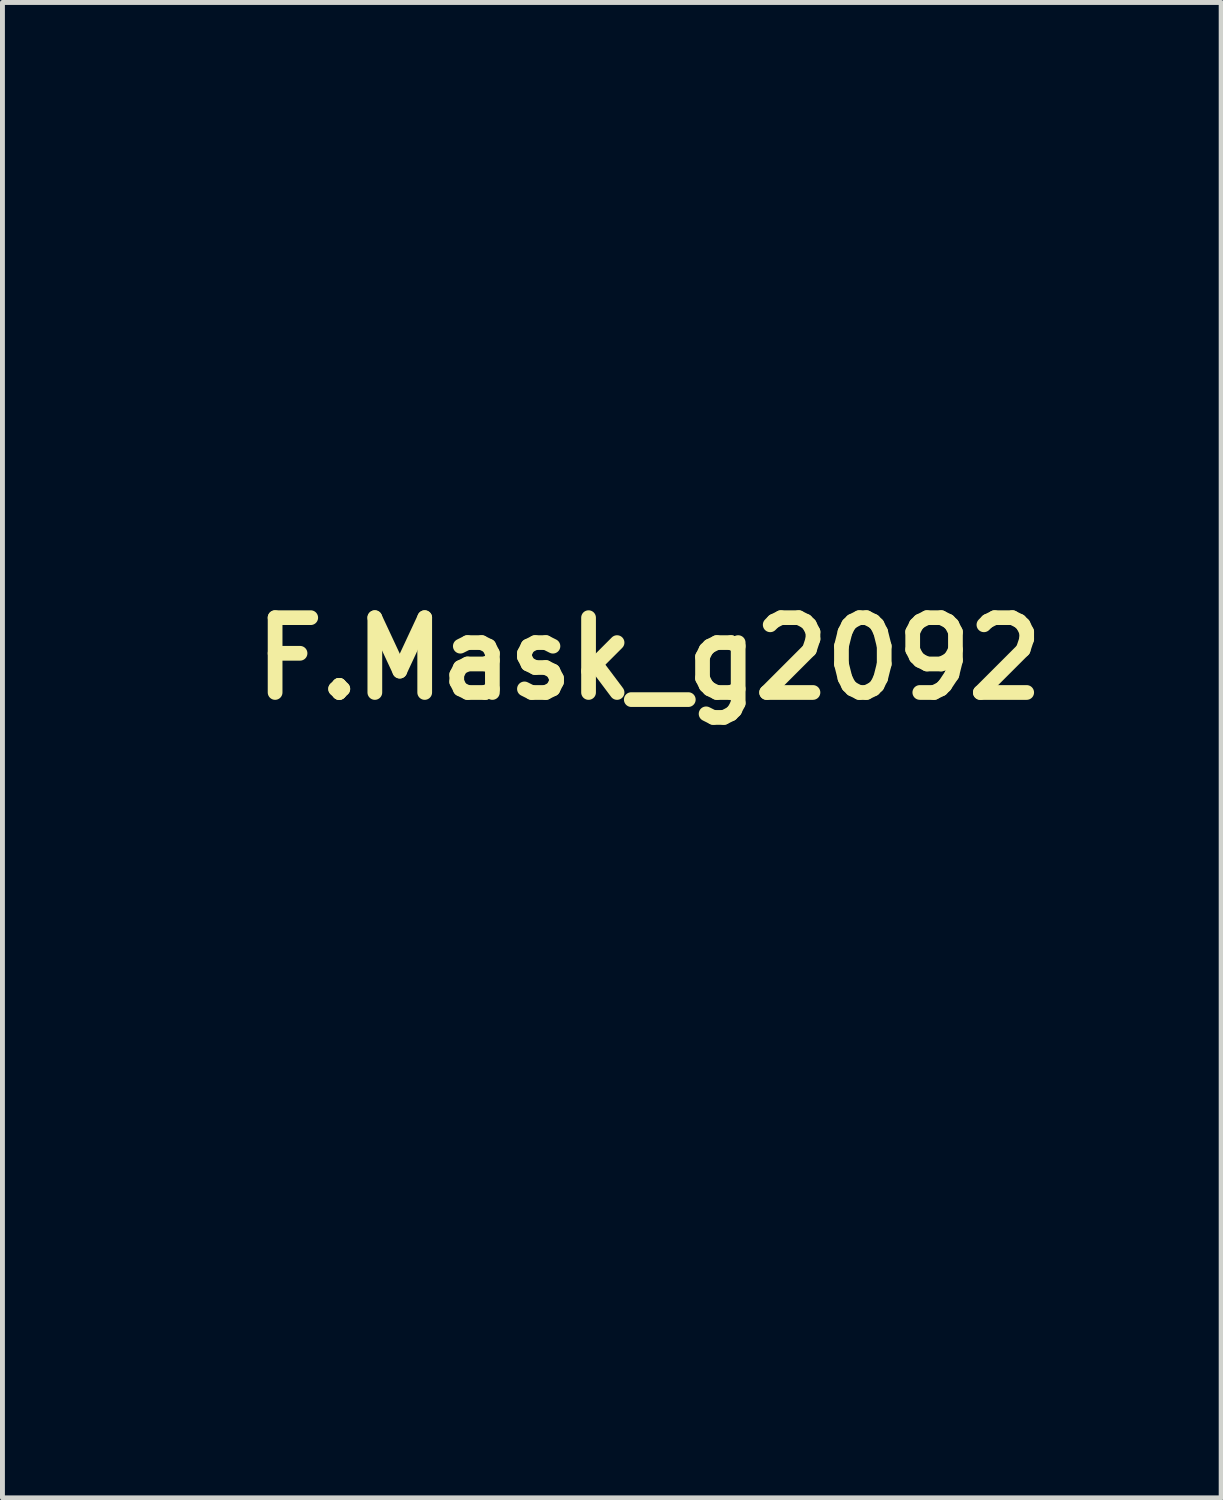
<source format=kicad_pcb>
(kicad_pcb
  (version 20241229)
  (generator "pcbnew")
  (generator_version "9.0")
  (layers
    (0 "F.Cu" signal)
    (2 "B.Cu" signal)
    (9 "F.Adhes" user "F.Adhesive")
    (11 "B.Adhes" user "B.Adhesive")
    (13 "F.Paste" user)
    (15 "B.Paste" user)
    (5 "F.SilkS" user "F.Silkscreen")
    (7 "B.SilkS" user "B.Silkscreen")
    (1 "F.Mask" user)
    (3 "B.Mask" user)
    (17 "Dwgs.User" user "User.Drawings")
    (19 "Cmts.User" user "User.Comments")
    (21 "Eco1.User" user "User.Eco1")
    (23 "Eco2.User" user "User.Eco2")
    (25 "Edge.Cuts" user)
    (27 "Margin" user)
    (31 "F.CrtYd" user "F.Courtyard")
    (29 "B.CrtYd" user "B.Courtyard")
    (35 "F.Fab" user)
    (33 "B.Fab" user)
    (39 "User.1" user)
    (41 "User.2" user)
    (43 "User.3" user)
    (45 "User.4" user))
  (footprint "F.Mask_g2092"
    (layer "F.Cu")
    (at 10.175 10.369)
    (property "Reference" "F.Mask_g2092" (at 0 0 0) (layer "F.SilkS") (effects (font (size 1.524 1.524) (thickness 0.3))))
    (attr through_hole)
    (fp_poly (pts (xy -0.618 -10.362) (xy -0.523 -10.354) (xy -0.418 -10.338) (xy -0.36 -10.329) (xy -0.272 -10.314) (xy -0.187 -10.303) (xy -0.097 -10.294) (xy 0.005 -10.288) (xy 0.126 -10.283) (xy 0.272 -10.279) (xy 0.451 -10.277) (xy 0.515 -10.276) (xy 0.692 -10.274) (xy 0.831 -10.272) (xy 0.938 -10.27) (xy 1.018 -10.267) (xy 1.074 -10.262) (xy 1.114 -10.256) (xy 1.14 -10.248) (xy 1.158 -10.238) (xy 1.174 -10.224) (xy 1.174 -10.224) (xy 1.224 -10.16) (xy 1.274 -10.06) (xy 1.327 -9.922) (xy 1.383 -9.745) (xy 1.408 -9.652) (xy 1.479 -9.406) (xy 1.552 -9.191) (xy 1.632 -8.993) (xy 1.724 -8.8) (xy 1.834 -8.602) (xy 1.968 -8.384) (xy 1.968 -8.384) (xy 2.037 -8.275) (xy 2.111 -8.156) (xy 2.178 -8.045) (xy 2.22 -7.975) (xy 2.29 -7.866) (xy 2.366 -7.771) (xy 2.459 -7.676) (xy 2.513 -7.627) (xy 2.607 -7.541) (xy 2.709 -7.446) (xy 2.803 -7.357) (xy 2.849 -7.313) (xy 2.999 -7.164) (xy 3.014 -6.953) (xy 3.028 -6.743) (xy 3.04 -6.571) (xy 3.051 -6.434) (xy 3.061 -6.326) (xy 3.07 -6.244) (xy 3.079 -6.183) (xy 3.088 -6.14) (xy 3.098 -6.111) (xy 3.109 -6.091) (xy 3.117 -6.082) (xy 3.165 -6.044) (xy 3.235 -6.017) (xy 3.33 -6.001) (xy 3.457 -5.994) (xy 3.619 -5.996) (xy 3.689 -5.998) (xy 4.005 -6.013) (xy 4.093 -5.922) (xy 4.183 -5.827) (xy 4.247 -5.757) (xy 4.285 -5.707) (xy 4.302 -5.675) (xy 4.301 -5.655) (xy 4.294 -5.648) (xy 4.256 -5.638) (xy 4.185 -5.633) (xy 4.089 -5.633) (xy 3.977 -5.636) (xy 3.857 -5.644) (xy 3.739 -5.654) (xy 3.631 -5.667) (xy 3.542 -5.683) (xy 3.51 -5.69) (xy 3.339 -5.742) (xy 3.173 -5.805) (xy 3.011 -5.882) (xy 2.849 -5.975) (xy 2.684 -6.085) (xy 2.513 -6.217) (xy 2.334 -6.371) (xy 2.143 -6.55) (xy 1.938 -6.757) (xy 1.715 -6.993) (xy 1.472 -7.261) (xy 1.398 -7.345) (xy 1.212 -7.554) (xy 1.05 -7.733) (xy 0.908 -7.887) (xy 0.784 -8.017) (xy 0.673 -8.127) (xy 0.573 -8.22) (xy 0.48 -8.299) (xy 0.39 -8.367) (xy 0.301 -8.427) (xy 0.208 -8.483) (xy 0.109 -8.537) (xy 0.081 -8.551) (xy -0.21 -8.684) (xy -0.502 -8.779) (xy -0.801 -8.839) (xy -1.116 -8.864) (xy -1.331 -8.863) (xy -1.612 -8.843) (xy -1.868 -8.799) (xy -2.11 -8.73) (xy -2.35 -8.632) (xy -2.382 -8.617) (xy -2.547 -8.533) (xy -2.696 -8.445) (xy -2.835 -8.347) (xy -2.968 -8.235) (xy -3.102 -8.105) (xy -3.24 -7.952) (xy -3.389 -7.77) (xy -3.545 -7.567) (xy -3.852 -7.144) (xy -4.125 -6.74) (xy -4.367 -6.352) (xy -4.578 -5.974) (xy -4.761 -5.605) (xy -4.917 -5.24) (xy -5.049 -4.876) (xy -5.158 -4.508) (xy -5.237 -4.172) (xy -5.258 -4.072) (xy -5.275 -3.986) (xy -5.287 -3.924) (xy -5.292 -3.894) (xy -5.292 -3.893) (xy -5.276 -3.896) (xy -5.235 -3.921) (xy -5.175 -3.964) (xy -5.128 -4.001) (xy -4.829 -4.228) (xy -4.538 -4.434) (xy -4.26 -4.613) (xy -3.999 -4.765) (xy -3.818 -4.858) (xy -3.721 -4.902) (xy -3.612 -4.947) (xy -3.499 -4.992) (xy -3.391 -5.032) (xy -3.294 -5.064) (xy -3.217 -5.087) (xy -3.168 -5.097) (xy -3.158 -5.097) (xy -3.153 -5.078) (xy -3.174 -5.035) (xy -3.217 -4.97) (xy -3.278 -4.89) (xy -3.353 -4.8) (xy -3.439 -4.703) (xy -3.491 -4.649) (xy -3.555 -4.585) (xy -3.645 -4.501) (xy -3.753 -4.404) (xy -3.871 -4.3) (xy -3.992 -4.196) (xy -4.032 -4.162) (xy -4.374 -3.866) (xy -4.68 -3.583) (xy -4.948 -3.313) (xy -5.179 -3.059) (xy -5.373 -2.819) (xy -5.528 -2.594) (xy -5.63 -2.414) (xy -5.664 -2.339) (xy -5.705 -2.241) (xy -5.745 -2.137) (xy -5.756 -2.106) (xy -5.81 -1.915) (xy -5.827 -1.739) (xy -5.806 -1.572) (xy -5.747 -1.407) (xy -5.649 -1.237) (xy -5.632 -1.213) (xy -5.579 -1.141) (xy -5.522 -1.073) (xy -5.459 -1.005) (xy -5.384 -0.935) (xy -5.294 -0.859) (xy -5.185 -0.774) (xy -5.053 -0.677) (xy -4.895 -0.564) (xy -4.705 -0.432) (xy -4.647 -0.392) (xy -4.317 -0.16) (xy -4.02 0.056) (xy -3.754 0.261) (xy -3.515 0.457) (xy -3.3 0.647) (xy -3.104 0.835) (xy -2.924 1.023) (xy -2.757 1.216) (xy -2.636 1.365) (xy -2.51 1.527) (xy -2.406 1.66) (xy -2.318 1.77) (xy -2.242 1.862) (xy -2.175 1.942) (xy -2.111 2.015) (xy -2.045 2.086) (xy -1.975 2.16) (xy -1.894 2.244) (xy -1.894 2.244) (xy -1.787 2.356) (xy -1.672 2.483) (xy -1.559 2.613) (xy -1.46 2.73) (xy -1.431 2.767) (xy -1.291 2.939) (xy -1.17 3.077) (xy -1.063 3.184) (xy -0.967 3.262) (xy -0.88 3.314) (xy -0.798 3.344) (xy -0.72 3.352) (xy -0.662 3.348) (xy -0.606 3.333) (xy -0.546 3.304) (xy -0.478 3.259) (xy -0.398 3.192) (xy -0.301 3.103) (xy -0.184 2.986) (xy -0.106 2.907) (xy 0.011 2.786) (xy 0.12 2.671) (xy 0.225 2.557) (xy 0.329 2.438) (xy 0.439 2.31) (xy 0.557 2.167) (xy 0.688 2.005) (xy 0.836 1.818) (xy 0.985 1.63) (xy 1.139 1.433) (xy 1.271 1.266) (xy 1.383 1.124) (xy 1.48 1.003) (xy 1.564 0.899) (xy 1.639 0.808) (xy 1.708 0.726) (xy 1.774 0.648) (xy 1.842 0.571) (xy 1.911 0.493) (xy 2.037 0.355) (xy 2.151 0.237) (xy 2.261 0.136) (xy 2.371 0.047) (xy 2.487 -0.034) (xy 2.617 -0.111) (xy 2.765 -0.187) (xy 2.939 -0.267) (xy 3.143 -0.354) (xy 3.26 -0.403) (xy 3.45 -0.482) (xy 3.606 -0.55) (xy 3.733 -0.609) (xy 3.837 -0.661) (xy 3.924 -0.71) (xy 3.962 -0.733) (xy 4.042 -0.783) (xy 4.067 -0.736) (xy 4.081 -0.691) (xy 4.094 -0.619) (xy 4.101 -0.54) (xy 4.101 -0.431) (xy 4.084 -0.329) (xy 4.048 -0.231) (xy 3.991 -0.133) (xy 3.908 -0.03) (xy 3.797 0.08) (xy 3.656 0.203) (xy 3.482 0.34) (xy 3.418 0.388) (xy 3.26 0.509) (xy 3.132 0.611) (xy 3.026 0.699) (xy 2.938 0.78) (xy 2.862 0.857) (xy 2.792 0.938) (xy 2.73 1.016) (xy 2.657 1.108) (xy 2.584 1.191) (xy 2.507 1.27) (xy 2.422 1.348) (xy 2.322 1.429) (xy 2.205 1.517) (xy 2.065 1.616) (xy 1.897 1.729) (xy 1.718 1.847) (xy 1.522 1.98) (xy 1.358 2.1) (xy 1.222 2.211) (xy 1.109 2.319) (xy 1.012 2.428) (xy 0.964 2.49) (xy 0.892 2.584) (xy 0.818 2.672) (xy 0.738 2.761) (xy 0.646 2.855) (xy 0.535 2.96) (xy 0.401 3.082) (xy 0.279 3.19) (xy 0.111 3.343) (xy -0.027 3.477) (xy -0.137 3.596) (xy -0.224 3.706) (xy -0.292 3.81) (xy -0.337 3.896) (xy -0.376 3.991) (xy -0.402 4.086) (xy -0.415 4.189) (xy -0.416 4.309) (xy -0.406 4.456) (xy -0.394 4.564) (xy -0.382 4.672) (xy -0.368 4.812) (xy -0.353 4.973) (xy -0.338 5.144) (xy -0.323 5.314) (xy -0.317 5.387) (xy -0.299 5.601) (xy -0.283 5.78) (xy -0.269 5.933) (xy -0.255 6.066) (xy -0.241 6.188) (xy -0.225 6.306) (xy -0.207 6.428) (xy -0.189 6.54) (xy -0.171 6.646) (xy -0.147 6.765) (xy -0.119 6.889) (xy -0.09 7.009) (xy -0.062 7.118) (xy -0.036 7.208) (xy -0.015 7.27) (xy -0.004 7.293) (xy 0.021 7.304) (xy 0.08 7.319) (xy 0.164 7.338) (xy 0.265 7.357) (xy 0.286 7.36) (xy 0.401 7.382) (xy 0.543 7.412) (xy 0.698 7.448) (xy 0.853 7.487) (xy 0.953 7.513) (xy 1.211 7.584) (xy 1.433 7.643) (xy 1.624 7.694) (xy 1.789 7.735) (xy 1.932 7.769) (xy 2.058 7.796) (xy 2.172 7.818) (xy 2.279 7.835) (xy 2.382 7.847) (xy 2.488 7.857) (xy 2.601 7.865) (xy 2.725 7.872) (xy 2.773 7.874) (xy 2.922 7.882) (xy 3.055 7.891) (xy 3.177 7.902) (xy 3.295 7.916) (xy 3.416 7.935) (xy 3.547 7.959) (xy 3.693 7.99) (xy 3.863 8.028) (xy 4.062 8.076) (xy 4.233 8.117) (xy 4.457 8.172) (xy 4.647 8.216) (xy 4.807 8.253) (xy 4.945 8.282) (xy 5.066 8.305) (xy 5.177 8.322) (xy 5.283 8.336) (xy 5.392 8.346) (xy 5.508 8.354) (xy 5.622 8.361) (xy 5.749 8.368) (xy 5.858 8.375) (xy 5.955 8.384) (xy 6.05 8.394) (xy 6.15 8.408) (xy 6.262 8.427) (xy 6.394 8.45) (xy 6.554 8.481) (xy 6.699 8.508) (xy 6.896 8.546) (xy 7.058 8.576) (xy 7.192 8.6) (xy 7.305 8.617) (xy 7.404 8.629) (xy 7.494 8.637) (xy 7.584 8.642) (xy 7.68 8.644) (xy 7.779 8.645) (xy 7.951 8.642) (xy 8.093 8.632) (xy 8.214 8.612) (xy 8.328 8.581) (xy 8.444 8.536) (xy 8.507 8.508) (xy 8.575 8.478) (xy 8.626 8.458) (xy 8.65 8.453) (xy 8.651 8.453) (xy 8.643 8.473) (xy 8.611 8.511) (xy 8.561 8.561) (xy 8.502 8.614) (xy 8.442 8.663) (xy 8.389 8.701) (xy 8.381 8.706) (xy 8.312 8.742) (xy 8.241 8.771) (xy 8.16 8.794) (xy 8.063 8.812) (xy 7.946 8.826) (xy 7.8 8.836) (xy 7.62 8.845) (xy 7.546 8.847) (xy 7.38 8.854) (xy 7.249 8.86) (xy 7.149 8.867) (xy 7.072 8.876) (xy 7.012 8.886) (xy 6.962 8.899) (xy 6.942 8.906) (xy 6.889 8.93) (xy 6.809 8.974) (xy 6.707 9.032) (xy 6.592 9.101) (xy 6.47 9.177) (xy 6.434 9.2) (xy 6.231 9.331) (xy 6.041 9.452) (xy 5.866 9.563) (xy 5.709 9.662) (xy 5.573 9.746) (xy 5.462 9.815) (xy 5.377 9.865) (xy 5.322 9.896) (xy 5.301 9.905) (xy 5.281 9.887) (xy 5.252 9.842) (xy 5.23 9.799) (xy 5.166 9.7) (xy 5.074 9.597) (xy 4.965 9.501) (xy 4.85 9.422) (xy 4.814 9.403) (xy 4.717 9.357) (xy 4.615 9.319) (xy 4.503 9.287) (xy 4.376 9.259) (xy 4.229 9.235) (xy 4.056 9.214) (xy 3.852 9.196) (xy 3.612 9.178) (xy 3.577 9.175) (xy 3.396 9.163) (xy 3.248 9.152) (xy 3.122 9.141) (xy 3.01 9.128) (xy 2.901 9.113) (xy 2.787 9.095) (xy 2.656 9.071) (xy 2.501 9.041) (xy 2.424 9.025) (xy 1.924 8.918) (xy 1.463 8.801) (xy 1.036 8.672) (xy 0.639 8.533) (xy 0.417 8.443) (xy 0.265 8.382) (xy 0.14 8.337) (xy 0.032 8.306) (xy -0.07 8.288) (xy -0.177 8.279) (xy -0.291 8.276) (xy -0.43 8.28) (xy -0.568 8.294) (xy -0.71 8.319) (xy -0.863 8.356) (xy -1.031 8.408) (xy -1.22 8.475) (xy -1.436 8.559) (xy -1.678 8.659) (xy -1.813 8.716) (xy -1.946 8.771) (xy -2.068 8.821) (xy -2.17 8.862) (xy -2.243 8.89) (xy -2.247 8.891) (xy -2.375 8.936) (xy -2.537 8.989) (xy -2.727 9.049) (xy -2.939 9.114) (xy -3.167 9.182) (xy -3.404 9.251) (xy -3.644 9.319) (xy -3.88 9.385) (xy -4.107 9.447) (xy -4.317 9.502) (xy -4.504 9.55) (xy -4.62 9.577) (xy -4.716 9.601) (xy -4.794 9.623) (xy -4.848 9.642) (xy -4.868 9.654) (xy -4.868 9.654) (xy -4.861 9.684) (xy -4.841 9.747) (xy -4.81 9.834) (xy -4.772 9.939) (xy -4.729 10.055) (xy -4.684 10.174) (xy -4.639 10.29) (xy -4.597 10.395) (xy -4.576 10.445) (xy -4.364 10.903) (xy -4.122 11.33) (xy -3.852 11.726) (xy -3.553 12.092) (xy -3.225 12.427) (xy -2.942 12.673) (xy -2.659 12.879) (xy -2.363 13.054) (xy -2.048 13.198) (xy -1.71 13.313) (xy -1.345 13.4) (xy -1.027 13.453) (xy -0.866 13.47) (xy -0.673 13.482) (xy -0.459 13.488) (xy -0.233 13.491) (xy -0.006 13.488) (xy 0.212 13.48) (xy 0.411 13.467) (xy 0.559 13.453) (xy 0.683 13.437) (xy 0.818 13.418) (xy 0.955 13.397) (xy 1.085 13.376) (xy 1.201 13.356) (xy 1.293 13.338) (xy 1.353 13.324) (xy 1.36 13.322) (xy 1.393 13.317) (xy 1.394 13.332) (xy 1.367 13.363) (xy 1.314 13.407) (xy 1.24 13.462) (xy 1.147 13.525) (xy 1.041 13.592) (xy 0.991 13.622) (xy 0.721 13.761) (xy 0.421 13.879) (xy 0.096 13.974) (xy -0.245 14.044) (xy -0.378 14.063) (xy -0.535 14.079) (xy -0.722 14.089) (xy -0.927 14.094) (xy -1.137 14.094) (xy -1.341 14.088) (xy -1.526 14.078) (xy -1.651 14.065) (xy -2.132 13.987) (xy -2.601 13.868) (xy -3.058 13.71) (xy -3.505 13.511) (xy -3.945 13.27) (xy -3.952 13.266) (xy -4.096 13.176) (xy -4.255 13.07) (xy -4.426 12.951) (xy -4.601 12.825) (xy -4.775 12.696) (xy -4.942 12.568) (xy -5.096 12.445) (xy -5.231 12.333) (xy -5.341 12.235) (xy -5.409 12.168) (xy -5.491 12.08) (xy -5.563 11.992) (xy -5.63 11.901) (xy -5.693 11.802) (xy -5.753 11.692) (xy -5.812 11.567) (xy -5.873 11.422) (xy -5.938 11.253) (xy -6.007 11.056) (xy -6.084 10.828) (xy -6.17 10.564) (xy -6.19 10.499) (xy -6.292 10.204) (xy -6.396 9.949) (xy -6.506 9.729) (xy -6.625 9.543) (xy -6.755 9.386) (xy -6.899 9.255) (xy -7.06 9.148) (xy -7.239 9.062) (xy -7.44 8.992) (xy -7.451 8.989) (xy -7.539 8.966) (xy -7.656 8.939) (xy -7.787 8.912) (xy -7.919 8.886) (xy -7.948 8.881) (xy -8.189 8.837) (xy -8.393 8.799) (xy -8.564 8.763) (xy -8.708 8.731) (xy -8.83 8.699) (xy -8.935 8.667) (xy -9.026 8.634) (xy -9.11 8.598) (xy -9.187 8.56) (xy -9.377 8.438) (xy -9.536 8.288) (xy -9.662 8.111) (xy -9.755 7.91) (xy -9.768 7.872) (xy -9.806 7.736) (xy -9.847 7.566) (xy -9.891 7.366) (xy -9.934 7.145) (xy -9.977 6.908) (xy -10.018 6.663) (xy -10.057 6.417) (xy -10.091 6.175) (xy -10.12 5.945) (xy -10.142 5.733) (xy -10.143 5.726) (xy -10.153 5.581) (xy -10.161 5.404) (xy -10.166 5.202) (xy -10.169 4.983) (xy -10.17 4.908) (xy -8.89 4.908) (xy -8.874 5.304) (xy -8.828 5.679) (xy -8.754 6.031) (xy -8.652 6.359) (xy -8.522 6.661) (xy -8.366 6.935) (xy -8.185 7.18) (xy -7.979 7.395) (xy -7.75 7.578) (xy -7.498 7.727) (xy -7.224 7.841) (xy -7.197 7.85) (xy -7.103 7.879) (xy -7.011 7.903) (xy -6.913 7.924) (xy -6.803 7.943) (xy -6.674 7.961) (xy -6.52 7.979) (xy -6.334 7.998) (xy -6.223 8.008) (xy -6.133 8.014) (xy -6.011 8.017) (xy -5.867 8.019) (xy -5.71 8.018) (xy -5.551 8.015) (xy -5.401 8.011) (xy -5.268 8.004) (xy -5.206 8) (xy -5.039 7.986) (xy -4.874 7.969) (xy -4.706 7.948) (xy -4.531 7.923) (xy -4.345 7.894) (xy -4.144 7.858) (xy -3.924 7.816) (xy -3.68 7.767) (xy -3.408 7.71) (xy -3.104 7.643) (xy -2.764 7.568) (xy -2.709 7.556) (xy -2.515 7.513) (xy -2.317 7.469) (xy -2.122 7.428) (xy -1.94 7.389) (xy -1.777 7.356) (xy -1.642 7.329) (xy -1.566 7.315) (xy -1.196 7.247) (xy -1.139 7.023) (xy -1.1 6.863) (xy -1.07 6.712) (xy -1.046 6.561) (xy -1.028 6.403) (xy -1.015 6.228) (xy -1.006 6.028) (xy -1.001 5.824) (xy -0.998 5.539) (xy -1.001 5.238) (xy -1.011 4.913) (xy -1.027 4.565) (xy -1.035 4.395) (xy -1.044 4.239) (xy -1.051 4.102) (xy -1.057 3.989) (xy -1.062 3.905) (xy -1.065 3.854) (xy -1.066 3.841) (xy -1.082 3.828) (xy -1.124 3.792) (xy -1.187 3.739) (xy -1.263 3.673) (xy -1.281 3.658) (xy -1.338 3.606) (xy -1.421 3.528) (xy -1.526 3.427) (xy -1.649 3.308) (xy -1.786 3.173) (xy -1.933 3.027) (xy -2.087 2.873) (xy -2.242 2.716) (xy -2.254 2.704) (xy -2.411 2.546) (xy -2.568 2.39) (xy -2.719 2.241) (xy -2.861 2.101) (xy -2.99 1.977) (xy -3.102 1.87) (xy -3.192 1.786) (xy -3.258 1.728) (xy -3.26 1.726) (xy -3.435 1.584) (xy -3.622 1.446) (xy -3.827 1.307) (xy -4.057 1.165) (xy -4.317 1.014) (xy -4.487 0.92) (xy -4.765 0.766) (xy -5.007 0.626) (xy -5.219 0.497) (xy -5.402 0.378) (xy -5.561 0.265) (xy -5.7 0.155) (xy -5.822 0.046) (xy -5.931 -0.064) (xy -6.031 -0.179) (xy -6.069 -0.226) (xy -6.154 -0.336) (xy -6.491 0.007) (xy -6.69 0.211) (xy -6.863 0.394) (xy -7.018 0.562) (xy -7.16 0.724) (xy -7.296 0.885) (xy -7.426 1.045) (xy -7.746 1.475) (xy -8.028 1.915) (xy -8.271 2.363) (xy -8.475 2.819) (xy -8.638 3.28) (xy -8.762 3.744) (xy -8.844 4.212) (xy -8.885 4.68) (xy -8.89 4.908) (xy -10.17 4.908) (xy -10.17 4.755) (xy -10.168 4.525) (xy -10.164 4.302) (xy -10.157 4.093) (xy -10.149 3.907) (xy -10.138 3.751) (xy -10.131 3.687) (xy -10.104 3.461) (xy -10.073 3.253) (xy -10.037 3.056) (xy -9.993 2.864) (xy -9.94 2.673) (xy -9.877 2.477) (xy -9.801 2.27) (xy -9.712 2.046) (xy -9.606 1.8) (xy -9.482 1.528) (xy -9.382 1.312) (xy -9.253 1.034) (xy -9.141 0.789) (xy -9.047 0.573) (xy -8.968 0.379) (xy -8.903 0.204) (xy -8.852 0.043) (xy -8.812 -0.109) (xy -8.783 -0.257) (xy -8.763 -0.406) (xy -8.751 -0.559) (xy -8.745 -0.723) (xy -8.746 -0.901) (xy -8.749 -1.069) (xy -8.753 -1.198) (xy -8.758 -1.315) (xy -8.764 -1.428) (xy -8.772 -1.541) (xy -8.783 -1.66) (xy -8.796 -1.791) (xy -8.814 -1.941) (xy -8.836 -2.114) (xy -8.863 -2.316) (xy -8.895 -2.554) (xy -8.9 -2.593) (xy -8.93 -2.815) (xy -8.955 -3.021) (xy -8.977 -3.206) (xy -8.993 -3.367) (xy -9.005 -3.501) (xy -9.012 -3.603) (xy -9.012 -3.67) (xy -9.009 -3.695) (xy -8.981 -3.719) (xy -8.947 -3.725) (xy -8.887 -3.735) (xy -8.798 -3.76) (xy -8.691 -3.798) (xy -8.576 -3.845) (xy -8.461 -3.898) (xy -8.435 -3.911) (xy -8.37 -3.948) (xy -8.277 -4.004) (xy -8.163 -4.075) (xy -8.036 -4.157) (xy -7.903 -4.244) (xy -7.812 -4.306) (xy -7.358 -4.614) (xy -6.986 -4.614) (xy -6.991 -4.73) (xy -6.991 -4.8) (xy -6.981 -4.844) (xy -6.956 -4.88) (xy -6.929 -4.905) (xy -6.889 -4.944) (xy -6.829 -5.007) (xy -6.759 -5.084) (xy -6.687 -5.165) (xy -6.535 -5.336) (xy -6.383 -5.498) (xy -6.236 -5.647) (xy -6.103 -5.774) (xy -5.988 -5.875) (xy -5.976 -5.884) (xy -5.889 -5.95) (xy -5.816 -5.994) (xy -5.742 -6.024) (xy -5.68 -6.041) (xy -5.603 -6.062) (xy -5.54 -6.081) (xy -5.506 -6.094) (xy -5.506 -6.095) (xy -5.488 -6.124) (xy -5.473 -6.185) (xy -5.463 -6.25) (xy -5.454 -6.314) (xy -5.44 -6.37) (xy -5.416 -6.425) (xy -5.379 -6.485) (xy -5.323 -6.558) (xy -5.246 -6.65) (xy -5.176 -6.731) (xy -5.103 -6.817) (xy -5.048 -6.892) (xy -5.001 -6.97) (xy -4.955 -7.063) (xy -4.911 -7.165) (xy -4.869 -7.263) (xy -4.832 -7.349) (xy -4.803 -7.413) (xy -4.786 -7.448) (xy -4.784 -7.45) (xy -4.767 -7.463) (xy -4.732 -7.473) (xy -4.671 -7.48) (xy -4.579 -7.486) (xy -4.456 -7.49) (xy -4.335 -7.493) (xy -4.251 -7.497) (xy -4.197 -7.503) (xy -4.168 -7.51) (xy -4.157 -7.521) (xy -4.158 -7.532) (xy -4.187 -7.657) (xy -4.205 -7.803) (xy -4.211 -7.955) (xy -4.205 -8.1) (xy -4.187 -8.223) (xy -4.179 -8.254) (xy -4.153 -8.322) (xy -4.113 -8.388) (xy -4.053 -8.463) (xy -4 -8.52) (xy -3.921 -8.607) (xy -3.87 -8.675) (xy -3.843 -8.732) (xy -3.834 -8.786) (xy -3.836 -8.826) (xy -3.842 -8.879) (xy -3.397 -8.89) (xy -3.228 -8.896) (xy -3.095 -8.902) (xy -2.995 -8.912) (xy -2.921 -8.925) (xy -2.868 -8.943) (xy -2.831 -8.968) (xy -2.804 -8.999) (xy -2.795 -9.016) (xy -2.776 -9.088) (xy -2.777 -9.19) (xy -2.798 -9.317) (xy -2.819 -9.397) (xy -2.847 -9.524) (xy -2.863 -9.662) (xy -2.866 -9.795) (xy -2.855 -9.911) (xy -2.839 -9.977) (xy -2.775 -10.101) (xy -2.682 -10.196) (xy -2.562 -10.261) (xy -2.417 -10.295) (xy -2.251 -10.296) (xy -2.119 -10.277) (xy -1.955 -10.252) (xy -1.781 -10.244) (xy -1.59 -10.252) (xy -1.372 -10.278) (xy -1.258 -10.296) (xy -1.081 -10.324) (xy -0.936 -10.345) (xy -0.817 -10.358) (xy -0.714 -10.364) (xy -0.618 -10.362)) (stroke (width 0.01) (type solid)) (fill yes) (layer "F.Mask")))
  (gr_rect
    (start -3 -3)
    (end 21.83 27.467)
    (stroke (width 0.1) (type default))
    (fill no)
    (layer "Edge.Cuts")))
</source>
